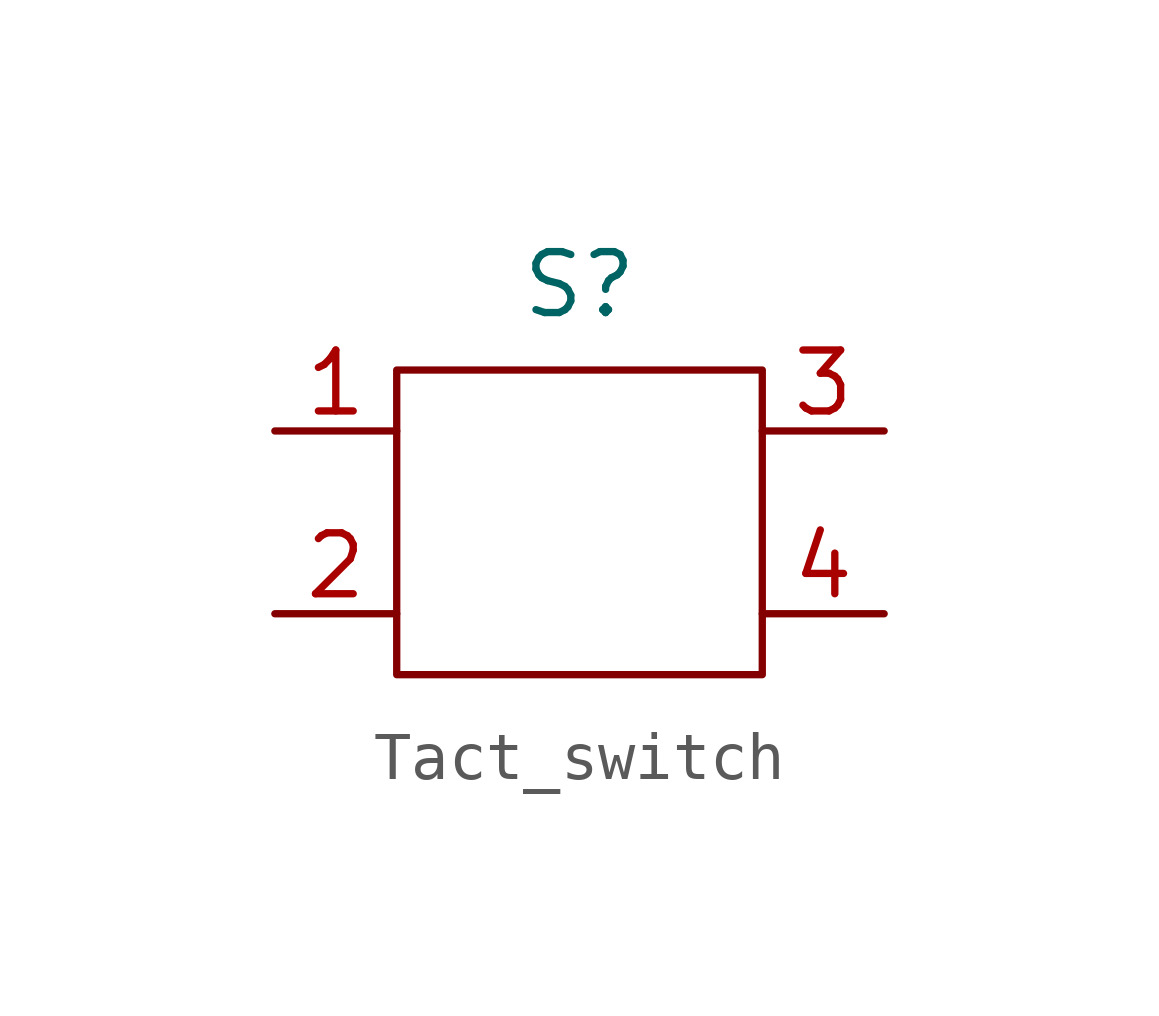
<source format=kicad_sym>
(kicad_symbol_lib
  (version 20231120)
  (generator "kicad_symbol_editor")
  (generator_version "8.0")
  (symbol "Tact_switch"
    (property "Reference" "S"
      (at 0 4.318 0)
      (effects (font (size 1.27 1.27))))
    (property "Value" ""
      (at 1.27 1.27 0)
      (effects (font (size 1.27 1.27))))
    (symbol "Tact_switch_0_1"
      (rectangle (start -3.81 2.54) (end 3.81 -3.81) (stroke (width 0) (type default)) (fill (type none))))
    (symbol "Tact_switch_1_1"
      (pin input line (at -6.35 1.27 0) (length 2.54) (name "" (effects (font (size 1.27 1.27)))) (number "1" (effects (font (size 1.27 1.27)))))
      (pin input line (at -6.35 -2.54 0) (length 2.54) (name "" (effects (font (size 1.27 1.27)))) (number "2" (effects (font (size 1.27 1.27)))))
      (pin output line (at 6.35 1.27 180) (length 2.54) (name "" (effects (font (size 1.27 1.27)))) (number "3" (effects (font (size 1.27 1.27)))))
      (pin output line (at 6.35 -2.54 180) (length 2.54) (name "" (effects (font (size 1.27 1.27)))) (number "4" (effects (font (size 1.27 1.27))))))))
</source>
